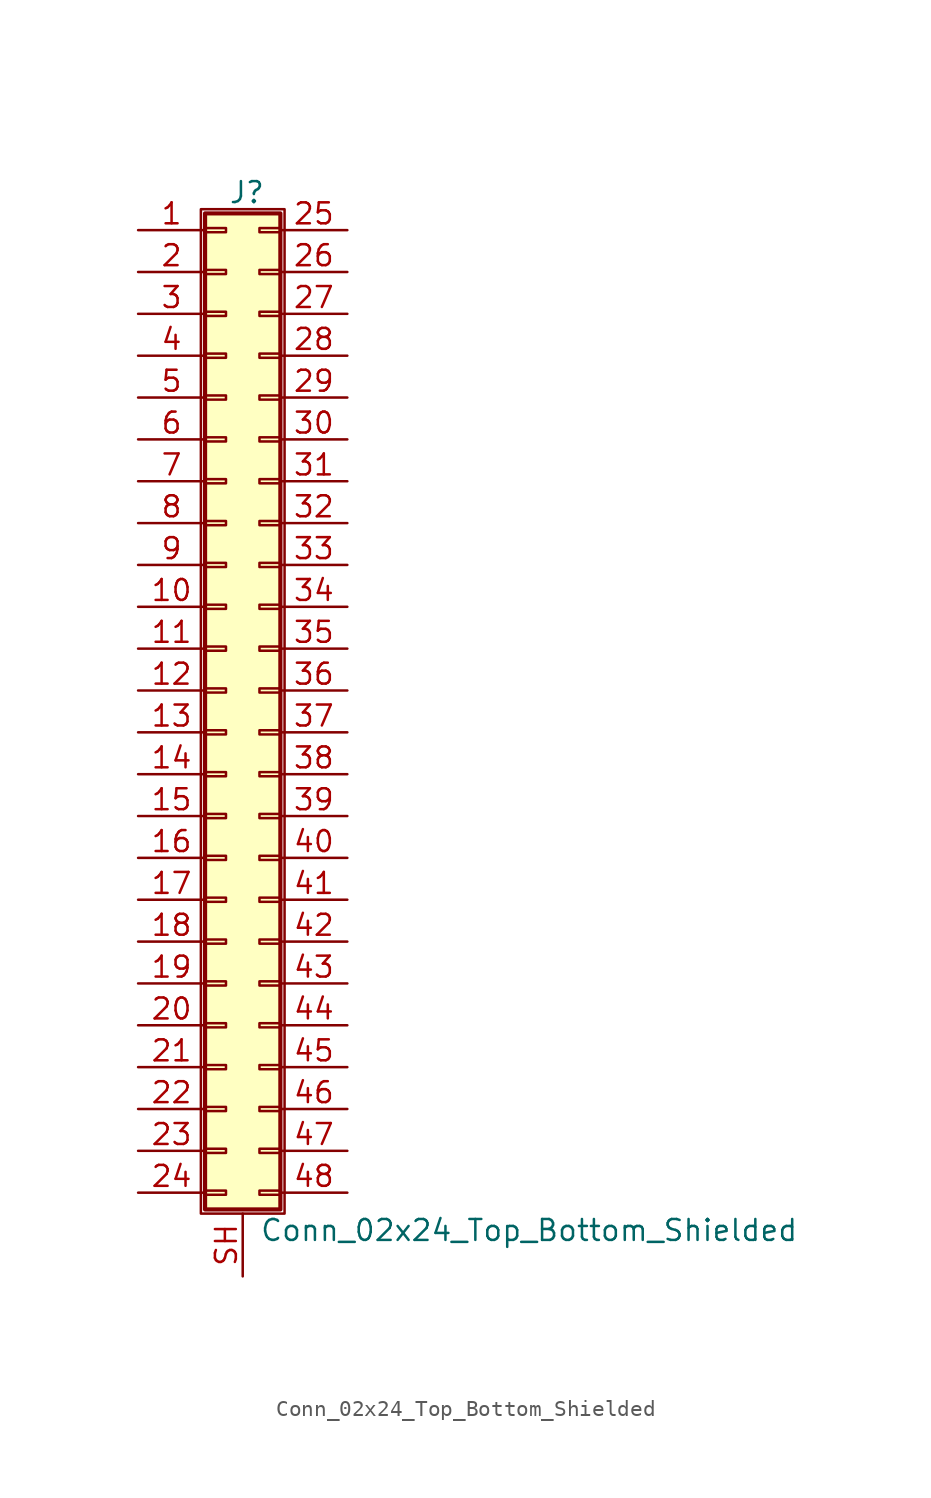
<source format=kicad_sym>
(kicad_symbol_lib
  (version 20211014)
  (generator kicad_symbol_editor)
  (symbol "Conn_02x24_Top_Bottom_Shielded"
    (pin_names
      (offset 1.016) hide)
    (property "Reference" "J"
      (at 1.524 30.226 0)
      (effects (font (size 1.27 1.27))))
    (property "Value" "Conn_02x24_Top_Bottom_Shielded"
      (at 2.286 -32.766 0)
      (effects (font (size 1.27 1.27)) (justify left)))
    (symbol "Conn_02x24_Top_Bottom_Shielded_1_1"
      (rectangle (start -1.27 29.21) (end 3.81 -31.75) (stroke (width 0.152) (type default) (color 0 0 0 0)) (fill (type none)))
      (rectangle (start -1.016 -30.353) (end 0.254 -30.607) (stroke (width 0.152) (type default) (color 0 0 0 0)) (fill (type none)))
      (rectangle (start -1.016 -27.813) (end 0.254 -28.067) (stroke (width 0.152) (type default) (color 0 0 0 0)) (fill (type none)))
      (rectangle (start -1.016 -25.273) (end 0.254 -25.527) (stroke (width 0.152) (type default) (color 0 0 0 0)) (fill (type none)))
      (rectangle (start -1.016 -22.733) (end 0.254 -22.987) (stroke (width 0.152) (type default) (color 0 0 0 0)) (fill (type none)))
      (rectangle (start -1.016 -20.193) (end 0.254 -20.447) (stroke (width 0.152) (type default) (color 0 0 0 0)) (fill (type none)))
      (rectangle (start -1.016 -17.653) (end 0.254 -17.907) (stroke (width 0.152) (type default) (color 0 0 0 0)) (fill (type none)))
      (rectangle (start -1.016 -15.113) (end 0.254 -15.367) (stroke (width 0.152) (type default) (color 0 0 0 0)) (fill (type none)))
      (rectangle (start -1.016 -12.573) (end 0.254 -12.827) (stroke (width 0.152) (type default) (color 0 0 0 0)) (fill (type none)))
      (rectangle (start -1.016 -10.033) (end 0.254 -10.287) (stroke (width 0.152) (type default) (color 0 0 0 0)) (fill (type none)))
      (rectangle (start -1.016 -7.493) (end 0.254 -7.747) (stroke (width 0.152) (type default) (color 0 0 0 0)) (fill (type none)))
      (rectangle (start -1.016 -4.953) (end 0.254 -5.207) (stroke (width 0.152) (type default) (color 0 0 0 0)) (fill (type none)))
      (rectangle (start -1.016 -2.413) (end 0.254 -2.667) (stroke (width 0.152) (type default) (color 0 0 0 0)) (fill (type none)))
      (rectangle (start -1.016 0.127) (end 0.254 -0.127) (stroke (width 0.152) (type default) (color 0 0 0 0)) (fill (type none)))
      (rectangle (start -1.016 2.667) (end 0.254 2.413) (stroke (width 0.152) (type default) (color 0 0 0 0)) (fill (type none)))
      (rectangle (start -1.016 5.207) (end 0.254 4.953) (stroke (width 0.152) (type default) (color 0 0 0 0)) (fill (type none)))
      (rectangle (start -1.016 7.747) (end 0.254 7.493) (stroke (width 0.152) (type default) (color 0 0 0 0)) (fill (type none)))
      (rectangle (start -1.016 10.287) (end 0.254 10.033) (stroke (width 0.152) (type default) (color 0 0 0 0)) (fill (type none)))
      (rectangle (start -1.016 12.827) (end 0.254 12.573) (stroke (width 0.152) (type default) (color 0 0 0 0)) (fill (type none)))
      (rectangle (start -1.016 15.367) (end 0.254 15.113) (stroke (width 0.152) (type default) (color 0 0 0 0)) (fill (type none)))
      (rectangle (start -1.016 17.907) (end 0.254 17.653) (stroke (width 0.152) (type default) (color 0 0 0 0)) (fill (type none)))
      (rectangle (start -1.016 20.447) (end 0.254 20.193) (stroke (width 0.152) (type default) (color 0 0 0 0)) (fill (type none)))
      (rectangle (start -1.016 22.987) (end 0.254 22.733) (stroke (width 0.152) (type default) (color 0 0 0 0)) (fill (type none)))
      (rectangle (start -1.016 25.527) (end 0.254 25.273) (stroke (width 0.152) (type default) (color 0 0 0 0)) (fill (type none)))
      (rectangle (start -1.016 28.067) (end 0.254 27.813) (stroke (width 0.152) (type default) (color 0 0 0 0)) (fill (type none)))
      (rectangle (start -1.016 28.956) (end 3.556 -31.496) (stroke (width 0.254) (type default) (color 0 0 0 0)) (fill (type background)))
      (rectangle (start 3.556 -30.353) (end 2.286 -30.607) (stroke (width 0.152) (type default) (color 0 0 0 0)) (fill (type none)))
      (rectangle (start 3.556 -27.813) (end 2.286 -28.067) (stroke (width 0.152) (type default) (color 0 0 0 0)) (fill (type none)))
      (rectangle (start 3.556 -25.273) (end 2.286 -25.527) (stroke (width 0.152) (type default) (color 0 0 0 0)) (fill (type none)))
      (rectangle (start 3.556 -22.733) (end 2.286 -22.987) (stroke (width 0.152) (type default) (color 0 0 0 0)) (fill (type none)))
      (rectangle (start 3.556 -20.193) (end 2.286 -20.447) (stroke (width 0.152) (type default) (color 0 0 0 0)) (fill (type none)))
      (rectangle (start 3.556 -17.653) (end 2.286 -17.907) (stroke (width 0.152) (type default) (color 0 0 0 0)) (fill (type none)))
      (rectangle (start 3.556 -15.113) (end 2.286 -15.367) (stroke (width 0.152) (type default) (color 0 0 0 0)) (fill (type none)))
      (rectangle (start 3.556 -12.573) (end 2.286 -12.827) (stroke (width 0.152) (type default) (color 0 0 0 0)) (fill (type none)))
      (rectangle (start 3.556 -10.033) (end 2.286 -10.287) (stroke (width 0.152) (type default) (color 0 0 0 0)) (fill (type none)))
      (rectangle (start 3.556 -7.493) (end 2.286 -7.747) (stroke (width 0.152) (type default) (color 0 0 0 0)) (fill (type none)))
      (rectangle (start 3.556 -4.953) (end 2.286 -5.207) (stroke (width 0.152) (type default) (color 0 0 0 0)) (fill (type none)))
      (rectangle (start 3.556 -2.413) (end 2.286 -2.667) (stroke (width 0.152) (type default) (color 0 0 0 0)) (fill (type none)))
      (rectangle (start 3.556 0.127) (end 2.286 -0.127) (stroke (width 0.152) (type default) (color 0 0 0 0)) (fill (type none)))
      (rectangle (start 3.556 2.667) (end 2.286 2.413) (stroke (width 0.152) (type default) (color 0 0 0 0)) (fill (type none)))
      (rectangle (start 3.556 5.207) (end 2.286 4.953) (stroke (width 0.152) (type default) (color 0 0 0 0)) (fill (type none)))
      (rectangle (start 3.556 7.747) (end 2.286 7.493) (stroke (width 0.152) (type default) (color 0 0 0 0)) (fill (type none)))
      (rectangle (start 3.556 10.287) (end 2.286 10.033) (stroke (width 0.152) (type default) (color 0 0 0 0)) (fill (type none)))
      (rectangle (start 3.556 12.827) (end 2.286 12.573) (stroke (width 0.152) (type default) (color 0 0 0 0)) (fill (type none)))
      (rectangle (start 3.556 15.367) (end 2.286 15.113) (stroke (width 0.152) (type default) (color 0 0 0 0)) (fill (type none)))
      (rectangle (start 3.556 17.907) (end 2.286 17.653) (stroke (width 0.152) (type default) (color 0 0 0 0)) (fill (type none)))
      (rectangle (start 3.556 20.447) (end 2.286 20.193) (stroke (width 0.152) (type default) (color 0 0 0 0)) (fill (type none)))
      (rectangle (start 3.556 22.987) (end 2.286 22.733) (stroke (width 0.152) (type default) (color 0 0 0 0)) (fill (type none)))
      (rectangle (start 3.556 25.527) (end 2.286 25.273) (stroke (width 0.152) (type default) (color 0 0 0 0)) (fill (type none)))
      (rectangle (start 3.556 28.067) (end 2.286 27.813) (stroke (width 0.152) (type default) (color 0 0 0 0)) (fill (type none)))
      (pin passive line (at -5.08 27.94 0) (length 4.064) (name "Pin_1" (effects (font (size 1.27 1.27)))) (number "1" (effects (font (size 1.27 1.27)))))
      (pin passive line (at -5.08 5.08 0) (length 4.064) (name "Pin_10" (effects (font (size 1.27 1.27)))) (number "10" (effects (font (size 1.27 1.27)))))
      (pin passive line (at -5.08 2.54 0) (length 4.064) (name "Pin_11" (effects (font (size 1.27 1.27)))) (number "11" (effects (font (size 1.27 1.27)))))
      (pin passive line (at -5.08 0 0) (length 4.064) (name "Pin_12" (effects (font (size 1.27 1.27)))) (number "12" (effects (font (size 1.27 1.27)))))
      (pin passive line (at -5.08 -2.54 0) (length 4.064) (name "Pin_13" (effects (font (size 1.27 1.27)))) (number "13" (effects (font (size 1.27 1.27)))))
      (pin passive line (at -5.08 -5.08 0) (length 4.064) (name "Pin_14" (effects (font (size 1.27 1.27)))) (number "14" (effects (font (size 1.27 1.27)))))
      (pin passive line (at -5.08 -7.62 0) (length 4.064) (name "Pin_15" (effects (font (size 1.27 1.27)))) (number "15" (effects (font (size 1.27 1.27)))))
      (pin passive line (at -5.08 -10.16 0) (length 4.064) (name "Pin_16" (effects (font (size 1.27 1.27)))) (number "16" (effects (font (size 1.27 1.27)))))
      (pin passive line (at -5.08 -12.7 0) (length 4.064) (name "Pin_17" (effects (font (size 1.27 1.27)))) (number "17" (effects (font (size 1.27 1.27)))))
      (pin passive line (at -5.08 -15.24 0) (length 4.064) (name "Pin_18" (effects (font (size 1.27 1.27)))) (number "18" (effects (font (size 1.27 1.27)))))
      (pin passive line (at -5.08 -17.78 0) (length 4.064) (name "Pin_19" (effects (font (size 1.27 1.27)))) (number "19" (effects (font (size 1.27 1.27)))))
      (pin passive line (at -5.08 25.4 0) (length 4.064) (name "Pin_2" (effects (font (size 1.27 1.27)))) (number "2" (effects (font (size 1.27 1.27)))))
      (pin passive line (at -5.08 -20.32 0) (length 4.064) (name "Pin_20" (effects (font (size 1.27 1.27)))) (number "20" (effects (font (size 1.27 1.27)))))
      (pin passive line (at -5.08 -22.86 0) (length 4.064) (name "Pin_21" (effects (font (size 1.27 1.27)))) (number "21" (effects (font (size 1.27 1.27)))))
      (pin passive line (at -5.08 -25.4 0) (length 4.064) (name "Pin_22" (effects (font (size 1.27 1.27)))) (number "22" (effects (font (size 1.27 1.27)))))
      (pin passive line (at -5.08 -27.94 0) (length 4.064) (name "Pin_23" (effects (font (size 1.27 1.27)))) (number "23" (effects (font (size 1.27 1.27)))))
      (pin passive line (at -5.08 -30.48 0) (length 4.064) (name "Pin_24" (effects (font (size 1.27 1.27)))) (number "24" (effects (font (size 1.27 1.27)))))
      (pin passive line (at 7.62 27.94 180) (length 4.064) (name "Pin_25" (effects (font (size 1.27 1.27)))) (number "25" (effects (font (size 1.27 1.27)))))
      (pin passive line (at 7.62 25.4 180) (length 4.064) (name "Pin_26" (effects (font (size 1.27 1.27)))) (number "26" (effects (font (size 1.27 1.27)))))
      (pin passive line (at 7.62 22.86 180) (length 4.064) (name "Pin_27" (effects (font (size 1.27 1.27)))) (number "27" (effects (font (size 1.27 1.27)))))
      (pin passive line (at 7.62 20.32 180) (length 4.064) (name "Pin_28" (effects (font (size 1.27 1.27)))) (number "28" (effects (font (size 1.27 1.27)))))
      (pin passive line (at 7.62 17.78 180) (length 4.064) (name "Pin_29" (effects (font (size 1.27 1.27)))) (number "29" (effects (font (size 1.27 1.27)))))
      (pin passive line (at -5.08 22.86 0) (length 4.064) (name "Pin_3" (effects (font (size 1.27 1.27)))) (number "3" (effects (font (size 1.27 1.27)))))
      (pin passive line (at 7.62 15.24 180) (length 4.064) (name "Pin_30" (effects (font (size 1.27 1.27)))) (number "30" (effects (font (size 1.27 1.27)))))
      (pin passive line (at 7.62 12.7 180) (length 4.064) (name "Pin_31" (effects (font (size 1.27 1.27)))) (number "31" (effects (font (size 1.27 1.27)))))
      (pin passive line (at 7.62 10.16 180) (length 4.064) (name "Pin_32" (effects (font (size 1.27 1.27)))) (number "32" (effects (font (size 1.27 1.27)))))
      (pin passive line (at 7.62 7.62 180) (length 4.064) (name "Pin_33" (effects (font (size 1.27 1.27)))) (number "33" (effects (font (size 1.27 1.27)))))
      (pin passive line (at 7.62 5.08 180) (length 4.064) (name "Pin_34" (effects (font (size 1.27 1.27)))) (number "34" (effects (font (size 1.27 1.27)))))
      (pin passive line (at 7.62 2.54 180) (length 4.064) (name "Pin_35" (effects (font (size 1.27 1.27)))) (number "35" (effects (font (size 1.27 1.27)))))
      (pin passive line (at 7.62 0 180) (length 4.064) (name "Pin_36" (effects (font (size 1.27 1.27)))) (number "36" (effects (font (size 1.27 1.27)))))
      (pin passive line (at 7.62 -2.54 180) (length 4.064) (name "Pin_37" (effects (font (size 1.27 1.27)))) (number "37" (effects (font (size 1.27 1.27)))))
      (pin passive line (at 7.62 -5.08 180) (length 4.064) (name "Pin_38" (effects (font (size 1.27 1.27)))) (number "38" (effects (font (size 1.27 1.27)))))
      (pin passive line (at 7.62 -7.62 180) (length 4.064) (name "Pin_39" (effects (font (size 1.27 1.27)))) (number "39" (effects (font (size 1.27 1.27)))))
      (pin passive line (at -5.08 20.32 0) (length 4.064) (name "Pin_4" (effects (font (size 1.27 1.27)))) (number "4" (effects (font (size 1.27 1.27)))))
      (pin passive line (at 7.62 -10.16 180) (length 4.064) (name "Pin_40" (effects (font (size 1.27 1.27)))) (number "40" (effects (font (size 1.27 1.27)))))
      (pin passive line (at 7.62 -12.7 180) (length 4.064) (name "Pin_41" (effects (font (size 1.27 1.27)))) (number "41" (effects (font (size 1.27 1.27)))))
      (pin passive line (at 7.62 -15.24 180) (length 4.064) (name "Pin_42" (effects (font (size 1.27 1.27)))) (number "42" (effects (font (size 1.27 1.27)))))
      (pin passive line (at 7.62 -17.78 180) (length 4.064) (name "Pin_43" (effects (font (size 1.27 1.27)))) (number "43" (effects (font (size 1.27 1.27)))))
      (pin passive line (at 7.62 -20.32 180) (length 4.064) (name "Pin_44" (effects (font (size 1.27 1.27)))) (number "44" (effects (font (size 1.27 1.27)))))
      (pin passive line (at 7.62 -22.86 180) (length 4.064) (name "Pin_45" (effects (font (size 1.27 1.27)))) (number "45" (effects (font (size 1.27 1.27)))))
      (pin passive line (at 7.62 -25.4 180) (length 4.064) (name "Pin_46" (effects (font (size 1.27 1.27)))) (number "46" (effects (font (size 1.27 1.27)))))
      (pin passive line (at 7.62 -27.94 180) (length 4.064) (name "Pin_47" (effects (font (size 1.27 1.27)))) (number "47" (effects (font (size 1.27 1.27)))))
      (pin passive line (at 7.62 -30.48 180) (length 4.064) (name "Pin_48" (effects (font (size 1.27 1.27)))) (number "48" (effects (font (size 1.27 1.27)))))
      (pin passive line (at -5.08 17.78 0) (length 4.064) (name "Pin_5" (effects (font (size 1.27 1.27)))) (number "5" (effects (font (size 1.27 1.27)))))
      (pin passive line (at -5.08 15.24 0) (length 4.064) (name "Pin_6" (effects (font (size 1.27 1.27)))) (number "6" (effects (font (size 1.27 1.27)))))
      (pin passive line (at -5.08 12.7 0) (length 4.064) (name "Pin_7" (effects (font (size 1.27 1.27)))) (number "7" (effects (font (size 1.27 1.27)))))
      (pin passive line (at -5.08 10.16 0) (length 4.064) (name "Pin_8" (effects (font (size 1.27 1.27)))) (number "8" (effects (font (size 1.27 1.27)))))
      (pin passive line (at -5.08 7.62 0) (length 4.064) (name "Pin_9" (effects (font (size 1.27 1.27)))) (number "9" (effects (font (size 1.27 1.27)))))
      (pin passive line (at 1.27 -35.56 90) (length 3.81) (name "Shield" (effects (font (size 1.27 1.27)))) (number "SH" (effects (font (size 1.27 1.27))))))))
</source>
